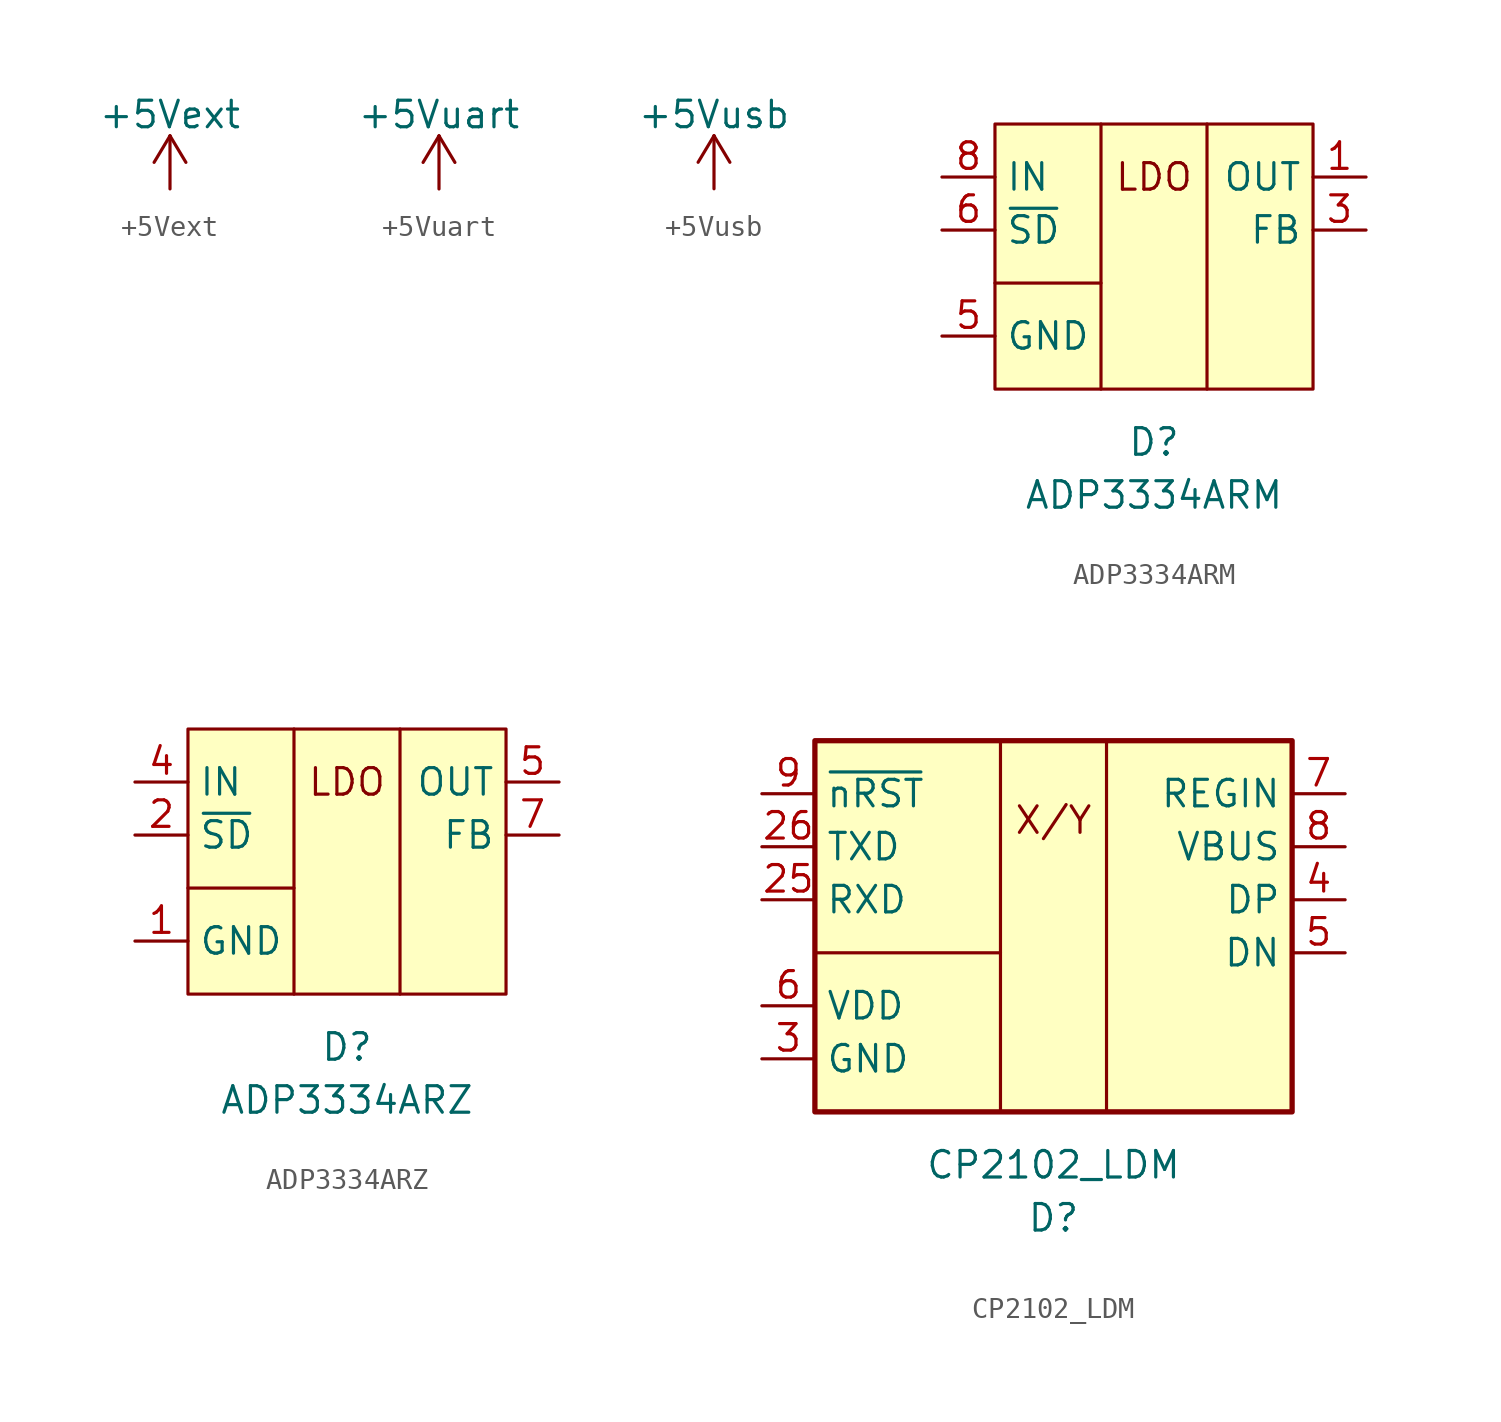
<source format=kicad_sym>
(kicad_symbol_lib
  (version 20211014)
  (generator kicad_symbol_editor)
  (symbol "+5Vext"
    (power)
    (pin_names
      (offset 0))
    (property "Reference" "#PWR"
      (at 0 -3.81 0)
      (effects (font (size 1.27 1.27)) hide))
    (property "Value" "+5Vext"
      (at 0 3.556 0)
      (effects (font (size 1.27 1.27))))
    (symbol "+5Vext_0_1"
      (polyline (pts (xy -0.762 1.27) (xy 0 2.54)) (stroke (width 0) (type default) (color 0 0 0 0)) (fill (type none)))
      (polyline (pts (xy 0 0) (xy 0 2.54)) (stroke (width 0) (type default) (color 0 0 0 0)) (fill (type none)))
      (polyline (pts (xy 0 2.54) (xy 0.762 1.27)) (stroke (width 0) (type default) (color 0 0 0 0)) (fill (type none))))
    (symbol "+5Vext_1_1"
      (pin power_in line (at 0 0 90) (length 0) hide (name "+5Vext" (effects (font (size 1.27 1.27)))) (number "1" (effects (font (size 1.27 1.27)))))))
  (symbol "+5Vuart"
    (power)
    (pin_names
      (offset 0))
    (property "Reference" "#PWR"
      (at 0 -3.81 0)
      (effects (font (size 1.27 1.27)) hide))
    (property "Value" "+5Vuart"
      (at 0 3.556 0)
      (effects (font (size 1.27 1.27))))
    (symbol "+5Vuart_0_1"
      (polyline (pts (xy -0.762 1.27) (xy 0 2.54)) (stroke (width 0) (type default) (color 0 0 0 0)) (fill (type none)))
      (polyline (pts (xy 0 0) (xy 0 2.54)) (stroke (width 0) (type default) (color 0 0 0 0)) (fill (type none)))
      (polyline (pts (xy 0 2.54) (xy 0.762 1.27)) (stroke (width 0) (type default) (color 0 0 0 0)) (fill (type none))))
    (symbol "+5Vuart_1_1"
      (pin power_in line (at 0 0 90) (length 0) hide (name "+5Vuart" (effects (font (size 1.27 1.27)))) (number "1" (effects (font (size 1.27 1.27)))))))
  (symbol "+5Vusb"
    (power)
    (pin_names
      (offset 0))
    (property "Reference" "#PWR"
      (at 0 -3.81 0)
      (effects (font (size 1.27 1.27)) hide))
    (property "Value" "+5Vusb"
      (at 0 3.556 0)
      (effects (font (size 1.27 1.27))))
    (symbol "+5Vusb_0_1"
      (polyline (pts (xy -0.762 1.27) (xy 0 2.54)) (stroke (width 0) (type default) (color 0 0 0 0)) (fill (type none)))
      (polyline (pts (xy 0 0) (xy 0 2.54)) (stroke (width 0) (type default) (color 0 0 0 0)) (fill (type none)))
      (polyline (pts (xy 0 2.54) (xy 0.762 1.27)) (stroke (width 0) (type default) (color 0 0 0 0)) (fill (type none))))
    (symbol "+5Vusb_1_1"
      (pin power_in line (at 0 0 90) (length 0) hide (name "+5Vusb" (effects (font (size 1.27 1.27)))) (number "1" (effects (font (size 1.27 1.27)))))))
  (symbol "ADP3334ARM"
    (property "Reference" "D"
      (at 0 -8.89 0)
      (effects (font (size 1.27 1.27))))
    (property "Value" "ADP3334ARM"
      (at 0 -11.43 0)
      (effects (font (size 1.27 1.27))))
    (symbol "ADP3334ARM_0_0"
      (polyline (pts (xy -2.54 -1.27) (xy -7.62 -1.27)) (stroke (width 0.152) (type default) (color 0 0 0 0)) (fill (type none)))
      (text "LDO" (at 0 3.81 0) (effects (font (size 1.27 1.27)))))
    (symbol "ADP3334ARM_0_1"
      (rectangle (start -7.62 6.35) (end 7.62 -6.35) (stroke (width 0.152) (type default) (color 0 0 0 0)) (fill (type background)))
      (polyline (pts (xy -2.54 6.35) (xy -2.54 -6.35)) (stroke (width 0.152) (type default) (color 0 0 0 0)) (fill (type none)))
      (polyline (pts (xy 2.54 6.35) (xy 2.54 -6.35)) (stroke (width 0.152) (type default) (color 0 0 0 0)) (fill (type none))))
    (symbol "ADP3334ARM_1_1"
      (pin power_out line (at 10.16 3.81 180) (length 2.54) (name "OUT" (effects (font (size 1.27 1.27)))) (number "1" (effects (font (size 1.27 1.27)))))
      (pin passive line (at 10.16 3.81 180) (length 2.54) hide (name "OUT" (effects (font (size 1.27 1.27)))) (number "2" (effects (font (size 1.27 1.27)))))
      (pin passive line (at 10.16 1.27 180) (length 2.54) (name "FB" (effects (font (size 1.27 1.27)))) (number "3" (effects (font (size 1.27 1.27)))))
      (pin no_connect line (at 10.16 -3.81 180) (length 2.54) hide (name "NC" (effects (font (size 1.27 1.27)))) (number "4" (effects (font (size 1.27 1.27)))))
      (pin power_in line (at -10.16 -3.81 0) (length 2.54) (name "GND" (effects (font (size 1.27 1.27)))) (number "5" (effects (font (size 1.27 1.27)))))
      (pin input line (at -10.16 1.27 0) (length 2.54) (name "~{SD}" (effects (font (size 1.27 1.27)))) (number "6" (effects (font (size 1.27 1.27)))))
      (pin power_in line (at -10.16 3.81 0) (length 2.54) hide (name "IN" (effects (font (size 1.27 1.27)))) (number "7" (effects (font (size 1.27 1.27)))))
      (pin power_in line (at -10.16 3.81 0) (length 2.54) (name "IN" (effects (font (size 1.27 1.27)))) (number "8" (effects (font (size 1.27 1.27)))))))
  (symbol "ADP3334ARZ"
    (property "Reference" "D"
      (at 0 -8.89 0)
      (effects (font (size 1.27 1.27))))
    (property "Value" "ADP3334ARZ"
      (at 0 -11.43 0)
      (effects (font (size 1.27 1.27))))
    (symbol "ADP3334ARZ_0_0"
      (polyline (pts (xy -2.54 -1.27) (xy -7.62 -1.27)) (stroke (width 0.152) (type default) (color 0 0 0 0)) (fill (type none)))
      (text "LDO" (at 0 3.81 0) (effects (font (size 1.27 1.27)))))
    (symbol "ADP3334ARZ_0_1"
      (rectangle (start -7.62 6.35) (end 7.62 -6.35) (stroke (width 0.152) (type default) (color 0 0 0 0)) (fill (type background)))
      (polyline (pts (xy -2.54 6.35) (xy -2.54 -6.35)) (stroke (width 0.152) (type default) (color 0 0 0 0)) (fill (type none)))
      (polyline (pts (xy 2.54 6.35) (xy 2.54 -6.35)) (stroke (width 0.152) (type default) (color 0 0 0 0)) (fill (type none))))
    (symbol "ADP3334ARZ_1_1"
      (pin power_in line (at -10.16 -3.81 0) (length 2.54) (name "GND" (effects (font (size 1.27 1.27)))) (number "1" (effects (font (size 1.27 1.27)))))
      (pin input line (at -10.16 1.27 0) (length 2.54) (name "~{SD}" (effects (font (size 1.27 1.27)))) (number "2" (effects (font (size 1.27 1.27)))))
      (pin power_in line (at -10.16 3.81 0) (length 2.54) hide (name "IN" (effects (font (size 1.27 1.27)))) (number "3" (effects (font (size 1.27 1.27)))))
      (pin power_in line (at -10.16 3.81 0) (length 2.54) (name "IN" (effects (font (size 1.27 1.27)))) (number "4" (effects (font (size 1.27 1.27)))))
      (pin power_out line (at 10.16 3.81 180) (length 2.54) (name "OUT" (effects (font (size 1.27 1.27)))) (number "5" (effects (font (size 1.27 1.27)))) (alternate "!OUT" power_in line))
      (pin passive line (at 10.16 3.81 180) (length 2.54) hide (name "OUT" (effects (font (size 1.27 1.27)))) (number "6" (effects (font (size 1.27 1.27)))) (alternate "!OUT" power_in line))
      (pin passive line (at 10.16 1.27 180) (length 2.54) (name "FB" (effects (font (size 1.27 1.27)))) (number "7" (effects (font (size 1.27 1.27)))))
      (pin no_connect line (at 10.16 -3.81 180) (length 2.54) hide (name "NC" (effects (font (size 1.27 1.27)))) (number "8" (effects (font (size 1.27 1.27)))))))
  (symbol "CP2102_LDM"
    (property "Reference" "D"
      (at 0 -13.97 0)
      (effects (font (size 1.27 1.27))))
    (property "Value" "CP2102_LDM"
      (at 0 -11.43 0)
      (effects (font (size 1.27 1.27))))
    (symbol "CP2102_LDM_0_0"
      (text "X/Y" (at 0 5.08 0) (effects (font (size 1.27 1.27)))))
    (symbol "CP2102_LDM_0_1"
      (rectangle (start -11.43 8.89) (end 11.43 -8.89) (stroke (width 0.254) (type default) (color 0 0 0 0)) (fill (type background)))
      (polyline (pts (xy -11.43 -1.27) (xy -2.54 -1.27)) (stroke (width 0.152) (type default) (color 0 0 0 0)) (fill (type none)))
      (polyline (pts (xy -2.54 8.89) (xy -2.54 -8.89)) (stroke (width 0.152) (type default) (color 0 0 0 0)) (fill (type none)))
      (polyline (pts (xy 2.54 8.89) (xy 2.54 -8.89)) (stroke (width 0.152) (type default) (color 0 0 0 0)) (fill (type none))))
    (symbol "CP2102_LDM_1_1"
      (pin input line (at -13.97 1.27 0) (length 2.54) (name "RXD" (effects (font (size 1.27 1.27)))) (number "25" (effects (font (size 1.27 1.27)))))
      (pin output line (at -13.97 3.81 0) (length 2.54) (name "TXD" (effects (font (size 1.27 1.27)))) (number "26" (effects (font (size 1.27 1.27)))))
      (pin power_in line (at -13.97 -6.35 0) (length 2.54) hide (name "PAD" (effects (font (size 1.27 1.27)))) (number "29" (effects (font (size 1.27 1.27)))))
      (pin power_in line (at -13.97 -6.35 0) (length 2.54) (name "GND" (effects (font (size 1.27 1.27)))) (number "3" (effects (font (size 1.27 1.27)))))
      (pin bidirectional line (at 13.97 1.27 180) (length 2.54) (name "DP" (effects (font (size 1.27 1.27)))) (number "4" (effects (font (size 1.27 1.27)))))
      (pin bidirectional line (at 13.97 -1.27 180) (length 2.54) (name "DN" (effects (font (size 1.27 1.27)))) (number "5" (effects (font (size 1.27 1.27)))))
      (pin power_in line (at -13.97 -3.81 0) (length 2.54) (name "VDD" (effects (font (size 1.27 1.27)))) (number "6" (effects (font (size 1.27 1.27)))) (alternate "VDO" passive line))
      (pin power_in line (at 13.97 6.35 180) (length 2.54) (name "REGIN" (effects (font (size 1.27 1.27)))) (number "7" (effects (font (size 1.27 1.27)))))
      (pin input line (at 13.97 3.81 180) (length 2.54) (name "VBUS" (effects (font (size 1.27 1.27)))) (number "8" (effects (font (size 1.27 1.27)))))
      (pin input line (at -13.97 6.35 0) (length 2.54) (name "~{nRST}" (effects (font (size 1.27 1.27)))) (number "9" (effects (font (size 1.27 1.27))))))))
</source>
